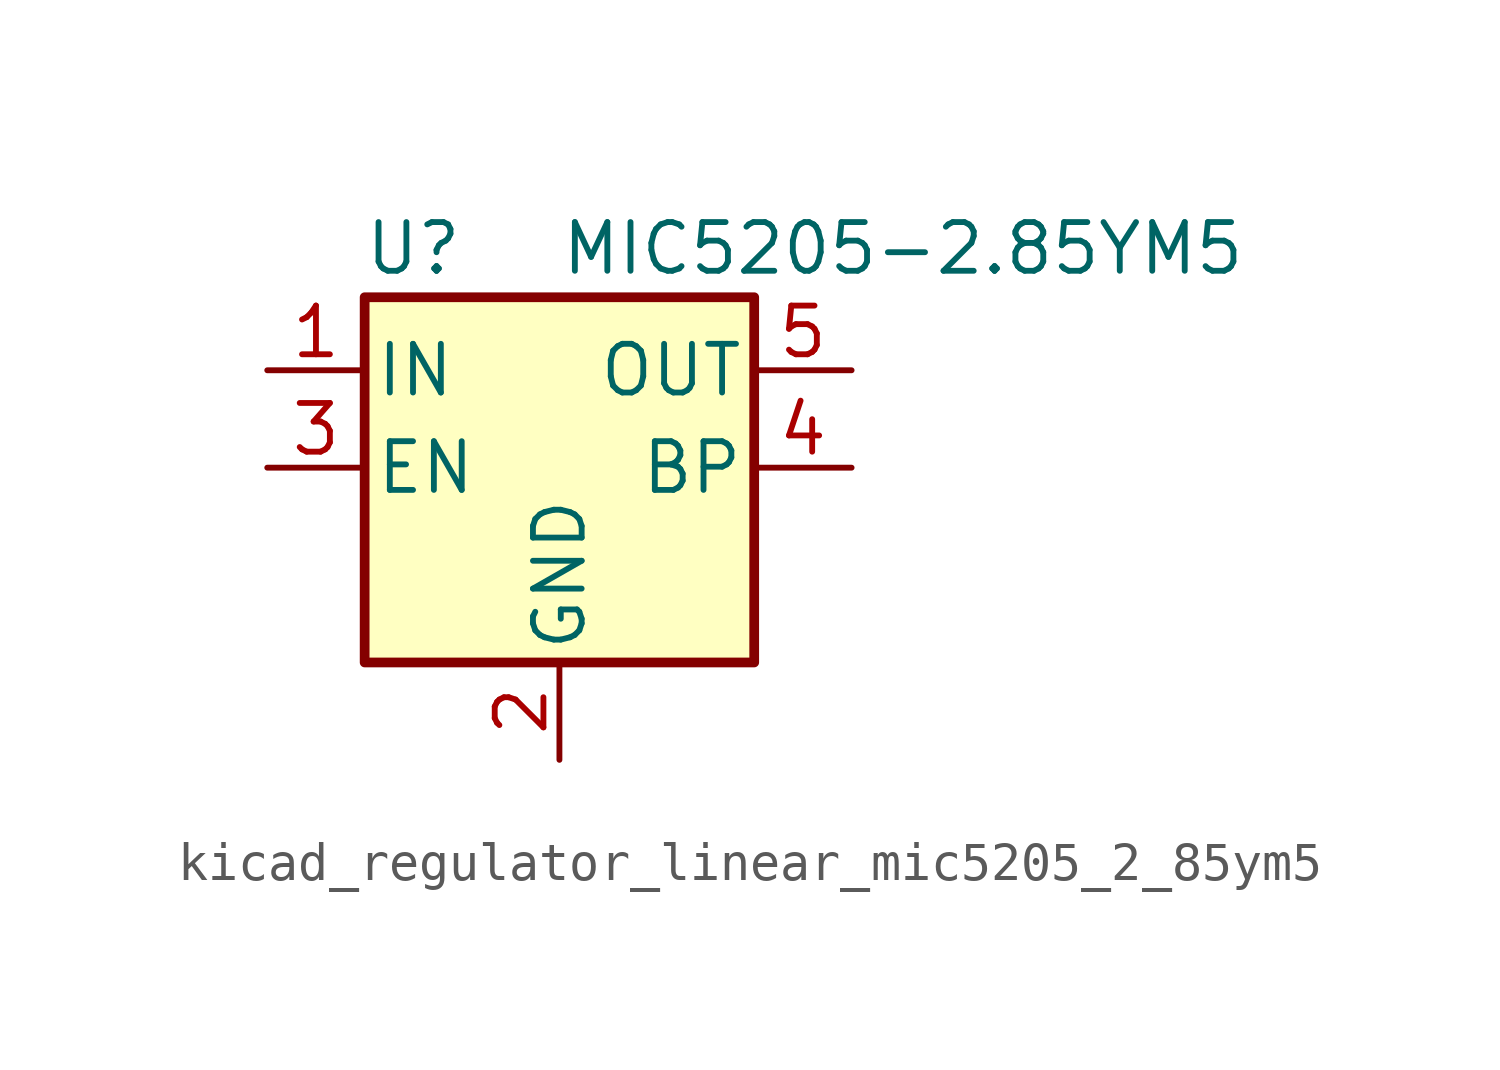
<source format=kicad_sym>
(kicad_symbol_lib
  (version 20220914)
  (generator kicad_symbol_editor)
  (symbol "kicad_regulator_linear_mic5205_2_85ym5"
    (pin_names
      (offset 0.254))
    (property "Reference" "U"
      (at -3.81 5.715 0)
      (effects (font (size 1.27 1.27))))
    (property "Value" "MIC5205-2.85YM5"
      (at 0 5.715 0)
      (effects (font (size 1.27 1.27)) (justify left)))
    (symbol "kicad_regulator_linear_mic5205_2_85ym5_0_1"
      (rectangle (start -5.08 4.445) (end 5.08 -5.08) (stroke (width 0.254) (type default)) (fill (type background))))
    (symbol "kicad_regulator_linear_mic5205_2_85ym5_1_1"
      (pin power_in line (at -7.62 2.54 0) (length 2.54) (name "IN" (effects (font (size 1.27 1.27)))) (number "1" (effects (font (size 1.27 1.27)))))
      (pin power_in line (at 0 -7.62 90) (length 2.54) (name "GND" (effects (font (size 1.27 1.27)))) (number "2" (effects (font (size 1.27 1.27)))))
      (pin input line (at -7.62 0 0) (length 2.54) (name "EN" (effects (font (size 1.27 1.27)))) (number "3" (effects (font (size 1.27 1.27)))))
      (pin input line (at 7.62 0 180) (length 2.54) (name "BP" (effects (font (size 1.27 1.27)))) (number "4" (effects (font (size 1.27 1.27)))))
      (pin power_out line (at 7.62 2.54 180) (length 2.54) (name "OUT" (effects (font (size 1.27 1.27)))) (number "5" (effects (font (size 1.27 1.27))))))))
</source>
